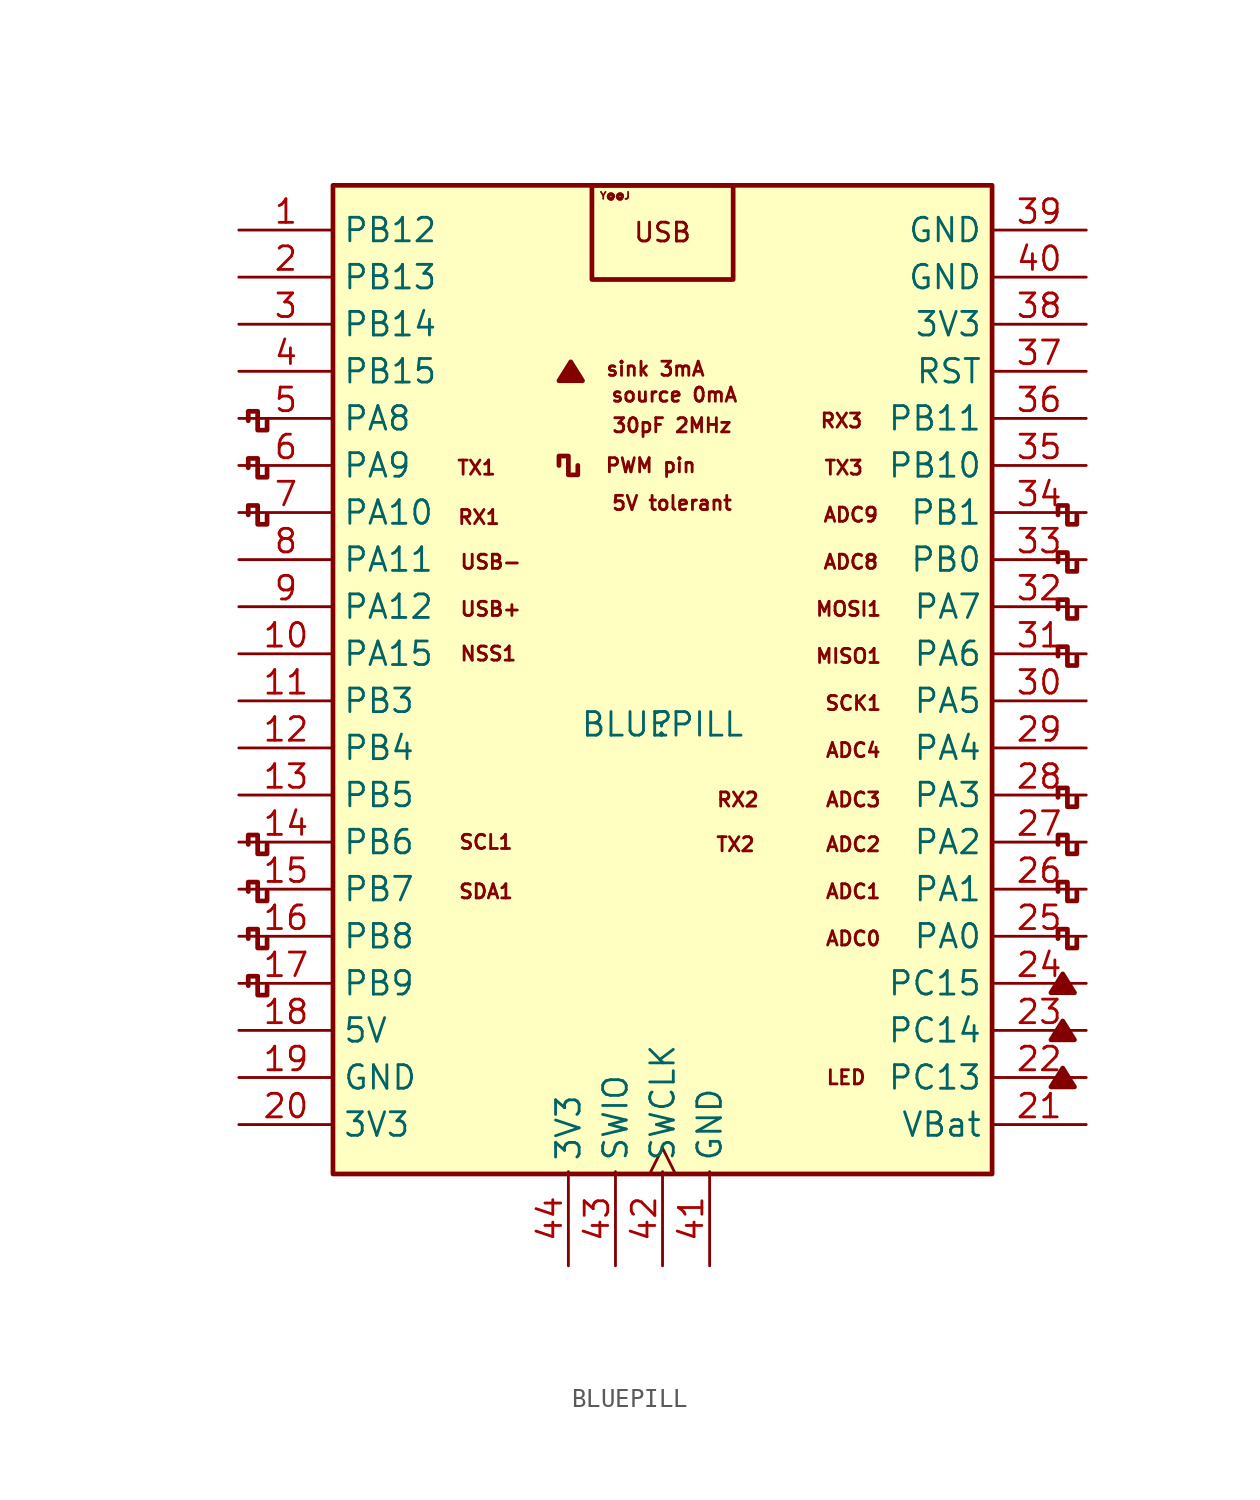
<source format=kicad_sym>
(kicad_symbol_lib
  (version 20220914)
  (generator kicad_symbol_editor)
  (symbol "BLUEPILL"
    (property "Reference" ""
      (at 0 0 0)
      (effects (font (size 1.27 1.27))))
    (property "Value" "BLUEPILL"
      (at 0 0 0)
      (effects (font (size 1.27 1.27))))
    (symbol "BLUEPILL_1_0"
      (arc (start -17.932 -16.6399) (mid -17.932 -16.638) (end -17.932 -16.6361) (stroke (width 0.254) (type solid)) (fill (type none)))
      (arc (start -17.932 -14.0999) (mid -17.932 -14.098) (end -17.932 -14.0961) (stroke (width 0.254) (type solid)) (fill (type none)))
      (arc (start -17.932 -11.5599) (mid -17.932 -11.558) (end -17.932 -11.5561) (stroke (width 0.254) (type solid)) (fill (type none)))
      (arc (start -17.932 -9.0199) (mid -17.932 -9.018) (end -17.932 -9.0161) (stroke (width 0.254) (type solid)) (fill (type none)))
      (arc (start -17.932 -6.4799) (mid -17.932 -6.478) (end -17.932 -6.4761) (stroke (width 0.254) (type solid)) (fill (type none)))
      (arc (start -17.932 -3.9399) (mid -17.932 -3.938) (end -17.932 -3.9361) (stroke (width 0.254) (type solid)) (fill (type none)))
      (arc (start -17.932 -1.3999) (mid -17.932 -1.398) (end -17.932 -1.3961) (stroke (width 0.254) (type solid)) (fill (type none)))
      (arc (start -17.932 1.1401) (mid -17.932 1.142) (end -17.932 1.1439) (stroke (width 0.254) (type solid)) (fill (type none)))
      (arc (start -17.932 3.6801) (mid -17.932 3.682) (end -17.932 3.6839) (stroke (width 0.254) (type solid)) (fill (type none)))
      (arc (start -17.932 6.2201) (mid -17.932 6.222) (end -17.932 6.2239) (stroke (width 0.254) (type solid)) (fill (type none)))
      (arc (start -17.932 8.7601) (mid -17.932 8.762) (end -17.932 8.7639) (stroke (width 0.254) (type solid)) (fill (type none)))
      (arc (start -17.932 11.3001) (mid -17.932 11.302) (end -17.932 11.3039) (stroke (width 0.254) (type solid)) (fill (type none)))
      (arc (start -17.932 13.8401) (mid -17.932 13.842) (end -17.932 13.8439) (stroke (width 0.254) (type solid)) (fill (type none)))
      (arc (start -17.932 16.3801) (mid -17.932 16.382) (end -17.932 16.3839) (stroke (width 0.254) (type solid)) (fill (type none)))
      (arc (start -17.932 18.9201) (mid -17.932 18.922) (end -17.932 18.9239) (stroke (width 0.254) (type solid)) (fill (type none)))
      (arc (start -17.932 21.4601) (mid -17.932 21.462) (end -17.932 21.4639) (stroke (width 0.254) (type solid)) (fill (type none)))
      (arc (start -17.932 24.0001) (mid -17.932 24.002) (end -17.932 24.0039) (stroke (width 0.254) (type solid)) (fill (type none)))
      (arc (start -17.932 26.5401) (mid -17.932 26.542) (end -17.932 26.5439) (stroke (width 0.254) (type solid)) (fill (type none)))
      (arc (start -4.826 11.9332) (mid -4.826 11.936) (end -4.826 11.9388) (stroke (width 0.254) (type solid)) (fill (type none)))
      (arc (start -4.699 11.9332) (mid -4.699 11.936) (end -4.699 11.9388) (stroke (width 0.254) (type solid)) (fill (type none)))
      (arc (start -4.597 11.9351) (mid -4.597 11.937) (end -4.597 11.9389) (stroke (width 0.254) (type solid)) (fill (type none)))
      (polyline (pts (xy -21.336 -14.096) (xy -21.336 -14.604) (xy -21.336 -14.604) (xy -21.844 -14.604) (xy -21.844 -14.604) (xy -21.844 -13.588) (xy -21.844 -13.588) (xy -22.352 -13.588) (xy -22.352 -13.588) (xy -22.352 -14.096)) (stroke (width 0.254) (type solid) (color 132 0 0 1)) (fill (type none)))
      (polyline (pts (xy -21.336 -11.556) (xy -21.336 -12.064) (xy -21.336 -12.064) (xy -21.844 -12.064) (xy -21.844 -12.064) (xy -21.844 -11.048) (xy -21.844 -11.048) (xy -22.352 -11.048) (xy -22.352 -11.048) (xy -22.352 -11.556)) (stroke (width 0.254) (type solid) (color 132 0 0 1)) (fill (type none)))
      (polyline (pts (xy -21.336 -9.016) (xy -21.336 -9.524) (xy -21.336 -9.524) (xy -21.844 -9.524) (xy -21.844 -9.524) (xy -21.844 -8.508) (xy -21.844 -8.508) (xy -22.352 -8.508) (xy -22.352 -8.508) (xy -22.352 -9.016)) (stroke (width 0.254) (type solid) (color 132 0 0 1)) (fill (type none)))
      (polyline (pts (xy -21.336 -6.476) (xy -21.336 -6.984) (xy -21.336 -6.984) (xy -21.844 -6.984) (xy -21.844 -6.984) (xy -21.844 -5.968) (xy -21.844 -5.968) (xy -22.352 -5.968) (xy -22.352 -5.968) (xy -22.352 -6.476)) (stroke (width 0.254) (type solid) (color 132 0 0 1)) (fill (type none)))
      (polyline (pts (xy -21.336 11.304) (xy -21.336 10.796) (xy -21.336 10.796) (xy -21.844 10.796) (xy -21.844 10.796) (xy -21.844 11.812) (xy -21.844 11.812) (xy -22.352 11.812) (xy -22.352 11.812) (xy -22.352 11.304)) (stroke (width 0.254) (type solid) (color 132 0 0 1)) (fill (type none)))
      (polyline (pts (xy -21.336 13.844) (xy -21.336 13.336) (xy -21.336 13.336) (xy -21.844 13.336) (xy -21.844 13.336) (xy -21.844 14.352) (xy -21.844 14.352) (xy -22.352 14.352) (xy -22.352 14.352) (xy -22.352 13.844)) (stroke (width 0.254) (type solid) (color 132 0 0 1)) (fill (type none)))
      (polyline (pts (xy -21.336 16.384) (xy -21.336 15.876) (xy -21.336 15.876) (xy -21.844 15.876) (xy -21.844 15.876) (xy -21.844 16.892) (xy -21.844 16.892) (xy -22.352 16.892) (xy -22.352 16.892) (xy -22.352 16.384)) (stroke (width 0.254) (type solid) (color 132 0 0 1)) (fill (type none)))
      (polyline (pts (xy -4.572 13.971) (xy -4.572 13.463) (xy -4.572 13.463) (xy -5.08 13.463) (xy -5.08 13.463) (xy -5.08 14.479) (xy -5.08 14.479) (xy -5.588 14.479) (xy -5.588 14.479) (xy -5.588 13.971)) (stroke (width 0.254) (type solid) (color 132 0 0 1)) (fill (type none)))
      (polyline (pts (xy 22.352 -11.556) (xy 22.352 -12.064) (xy 22.352 -12.064) (xy 21.844 -12.064) (xy 21.844 -12.064) (xy 21.844 -11.048) (xy 21.844 -11.048) (xy 21.336 -11.048) (xy 21.336 -11.048) (xy 21.336 -11.556)) (stroke (width 0.254) (type solid) (color 132 0 0 1)) (fill (type none)))
      (polyline (pts (xy 22.352 -9.016) (xy 22.352 -9.524) (xy 22.352 -9.524) (xy 21.844 -9.524) (xy 21.844 -9.524) (xy 21.844 -8.508) (xy 21.844 -8.508) (xy 21.336 -8.508) (xy 21.336 -8.508) (xy 21.336 -9.016)) (stroke (width 0.254) (type solid) (color 132 0 0 1)) (fill (type none)))
      (polyline (pts (xy 22.352 -6.476) (xy 22.352 -6.984) (xy 22.352 -6.984) (xy 21.844 -6.984) (xy 21.844 -6.984) (xy 21.844 -5.968) (xy 21.844 -5.968) (xy 21.336 -5.968) (xy 21.336 -5.968) (xy 21.336 -6.476)) (stroke (width 0.254) (type solid) (color 132 0 0 1)) (fill (type none)))
      (polyline (pts (xy 22.352 -3.936) (xy 22.352 -4.444) (xy 22.352 -4.444) (xy 21.844 -4.444) (xy 21.844 -4.444) (xy 21.844 -3.428) (xy 21.844 -3.428) (xy 21.336 -3.428) (xy 21.336 -3.428) (xy 21.336 -3.936)) (stroke (width 0.254) (type solid) (color 132 0 0 1)) (fill (type none)))
      (polyline (pts (xy 22.352 3.684) (xy 22.352 3.176) (xy 22.352 3.176) (xy 21.844 3.176) (xy 21.844 3.176) (xy 21.844 4.192) (xy 21.844 4.192) (xy 21.336 4.192) (xy 21.336 4.192) (xy 21.336 3.684)) (stroke (width 0.254) (type solid) (color 132 0 0 1)) (fill (type none)))
      (polyline (pts (xy 22.352 6.224) (xy 22.352 5.716) (xy 22.352 5.716) (xy 21.844 5.716) (xy 21.844 5.716) (xy 21.844 6.732) (xy 21.844 6.732) (xy 21.336 6.732) (xy 21.336 6.732) (xy 21.336 6.224)) (stroke (width 0.254) (type solid) (color 132 0 0 1)) (fill (type none)))
      (polyline (pts (xy 22.352 8.764) (xy 22.352 8.256) (xy 22.352 8.256) (xy 21.844 8.256) (xy 21.844 8.256) (xy 21.844 9.272) (xy 21.844 9.272) (xy 21.336 9.272) (xy 21.336 9.272) (xy 21.336 8.764)) (stroke (width 0.254) (type solid) (color 132 0 0 1)) (fill (type none)))
      (polyline (pts (xy 22.352 11.304) (xy 22.352 10.796) (xy 22.352 10.796) (xy 21.844 10.796) (xy 21.844 10.796) (xy 21.844 11.812) (xy 21.844 11.812) (xy 21.336 11.812) (xy 21.336 11.812) (xy 21.336 11.304)) (stroke (width 0.254) (type solid) (color 132 0 0 1)) (fill (type none)))
      (polyline (pts (xy -5.588 18.543) (xy -4.953 19.559) (xy -4.953 19.559) (xy -4.318 18.543) (xy -4.318 18.543) (xy -5.588 18.543) (xy -5.588 18.543) (xy -4.953 19.432) (xy -4.953 19.432) (xy -4.445 18.543) (xy -4.445 18.543) (xy -5.461 18.67) (xy -5.461 18.67) (xy -4.953 19.305) (xy -4.953 19.305) (xy -4.572 18.543) (xy -4.572 18.543) (xy -5.334 18.797) (xy -5.334 18.797) (xy -4.826 19.178) (xy -4.826 19.178) (xy -4.699 18.543) (xy -4.699 18.543) (xy -5.207 18.924) (xy -5.207 18.924) (xy -4.699 19.051) (xy -4.699 19.051) (xy -4.826 18.67) (xy -4.826 18.67) (xy -5.08 18.924) (xy -5.08 18.924) (xy -4.826 18.797) (xy -4.826 18.797) (xy -4.953 19.051)) (stroke (width 0.254) (type solid) (color 132 0 0 1)) (fill (type none)))
      (polyline (pts (xy 20.955 -19.557) (xy 21.59 -18.541) (xy 21.59 -18.541) (xy 22.225 -19.557) (xy 22.225 -19.557) (xy 20.955 -19.557) (xy 20.955 -19.557) (xy 21.59 -18.668) (xy 21.59 -18.668) (xy 22.098 -19.557) (xy 22.098 -19.557) (xy 21.082 -19.43) (xy 21.082 -19.43) (xy 21.59 -18.795) (xy 21.59 -18.795) (xy 21.971 -19.557) (xy 21.971 -19.557) (xy 21.209 -19.303) (xy 21.209 -19.303) (xy 21.717 -18.922) (xy 21.717 -18.922) (xy 21.844 -19.557) (xy 21.844 -19.557) (xy 21.336 -19.176) (xy 21.336 -19.176) (xy 21.844 -19.049) (xy 21.844 -19.049) (xy 21.717 -19.43) (xy 21.717 -19.43) (xy 21.463 -19.176) (xy 21.463 -19.176) (xy 21.717 -19.303) (xy 21.717 -19.303) (xy 21.59 -19.049)) (stroke (width 0.254) (type solid) (color 132 0 0 1)) (fill (type none)))
      (polyline (pts (xy 20.955 -17.017) (xy 21.59 -16.001) (xy 21.59 -16.001) (xy 22.225 -17.017) (xy 22.225 -17.017) (xy 20.955 -17.017) (xy 20.955 -17.017) (xy 21.59 -16.128) (xy 21.59 -16.128) (xy 22.098 -17.017) (xy 22.098 -17.017) (xy 21.082 -16.89) (xy 21.082 -16.89) (xy 21.59 -16.255) (xy 21.59 -16.255) (xy 21.971 -17.017) (xy 21.971 -17.017) (xy 21.209 -16.763) (xy 21.209 -16.763) (xy 21.717 -16.382) (xy 21.717 -16.382) (xy 21.844 -17.017) (xy 21.844 -17.017) (xy 21.336 -16.636) (xy 21.336 -16.636) (xy 21.844 -16.509) (xy 21.844 -16.509) (xy 21.717 -16.89) (xy 21.717 -16.89) (xy 21.463 -16.636) (xy 21.463 -16.636) (xy 21.717 -16.763) (xy 21.717 -16.763) (xy 21.59 -16.509)) (stroke (width 0.254) (type solid) (color 132 0 0 1)) (fill (type none)))
      (polyline (pts (xy 20.955 -14.477) (xy 21.59 -13.461) (xy 21.59 -13.461) (xy 22.225 -14.477) (xy 22.225 -14.477) (xy 20.955 -14.477) (xy 20.955 -14.477) (xy 21.59 -13.588) (xy 21.59 -13.588) (xy 22.098 -14.477) (xy 22.098 -14.477) (xy 21.082 -14.35) (xy 21.082 -14.35) (xy 21.59 -13.715) (xy 21.59 -13.715) (xy 21.971 -14.477) (xy 21.971 -14.477) (xy 21.209 -14.223) (xy 21.209 -14.223) (xy 21.717 -13.842) (xy 21.717 -13.842) (xy 21.844 -14.477) (xy 21.844 -14.477) (xy 21.336 -14.096) (xy 21.336 -14.096) (xy 21.844 -13.969) (xy 21.844 -13.969) (xy 21.717 -14.35) (xy 21.717 -14.35) (xy 21.463 -14.096) (xy 21.463 -14.096) (xy 21.717 -14.223) (xy 21.717 -14.223) (xy 21.59 -13.969)) (stroke (width 0.254) (type solid) (color 132 0 0 1)) (fill (type none)))
      (rectangle (start 3.81 29.084) (end -3.81 24.004) (stroke (width 0.254) (type solid)) (fill (type none)))
      (rectangle (start 17.78 29.084) (end -17.78 -24.256) (stroke (width 0.254) (type solid)) (fill (type background)))
      (arc (start 18.542 13.8382) (mid 18.542 13.841) (end 18.542 13.8438) (stroke (width 0.254) (type solid)) (fill (type none)))
      (arc (start 18.542 16.3782) (mid 18.542 16.381) (end 18.542 16.3838) (stroke (width 0.254) (type solid)) (fill (type none)))
      (arc (start 18.644 13.8401) (mid 18.644 13.842) (end 18.644 13.8439) (stroke (width 0.254) (type solid)) (fill (type none)))
      (arc (start 18.644 16.3801) (mid 18.644 16.382) (end 18.644 16.3839) (stroke (width 0.254) (type solid)) (fill (type none)))
      (text "30pF 2MHz" (at 0.508 16.13 0) (effects (font (size 0.762 0.762))))
      (text "5V tolerant" (at 0.508 11.939 0) (effects (font (size 0.762 0.762))))
      (text "ADC0" (at 10.287 -11.556 0) (effects (font (size 0.762 0.762))))
      (text "ADC1" (at 10.287 -9.016 0) (effects (font (size 0.762 0.762))))
      (text "ADC2" (at 10.287 -6.476 0) (effects (font (size 0.762 0.762))))
      (text "ADC3" (at 10.287 -4.063 0) (effects (font (size 0.762 0.762))))
      (text "ADC4" (at 10.287 -1.396 0) (effects (font (size 0.762 0.762))))
      (text "ADC8" (at 10.16 8.764 0) (effects (font (size 0.762 0.762))))
      (text "ADC9" (at 10.16 11.304 0) (effects (font (size 0.762 0.762))))
      (text "LED" (at 9.906 -19.049 0) (effects (font (size 0.762 0.762))))
      (text "MISO1" (at 10.033 3.684 0) (effects (font (size 0.762 0.762))))
      (text "MOSI1" (at 10.033 6.224 0) (effects (font (size 0.762 0.762))))
      (text "NSS1" (at -9.398 3.811 0) (effects (font (size 0.762 0.762))))
      (text "PWM pin" (at -0.635 13.971 0) (effects (font (size 0.762 0.762))))
      (text "RX1" (at -9.906 11.177 0) (effects (font (size 0.762 0.762))))
      (text "RX2" (at 4.064 -4.063 0) (effects (font (size 0.762 0.762))))
      (text "RX3" (at 9.652 16.384 0) (effects (font (size 0.762 0.762))))
      (text "SCK1" (at 10.287 1.144 0) (effects (font (size 0.762 0.762))))
      (text "SCL1" (at -9.525 -6.349 0) (effects (font (size 0.762 0.762))))
      (text "SDA1" (at -9.525 -9.016 0) (effects (font (size 0.762 0.762))))
      (text "sink 3mA" (at -0.381 19.178 0) (effects (font (size 0.762 0.762))))
      (text "source 0mA" (at 0.635 17.781 0) (effects (font (size 0.762 0.762))))
      (text "TX1" (at -10.033 13.844 0) (effects (font (size 0.762 0.762))))
      (text "TX2" (at 3.937 -6.476 0) (effects (font (size 0.762 0.762))))
      (text "TX3" (at 9.779 13.844 0) (effects (font (size 0.762 0.762))))
      (text "USB" (at 0 26.544 0) (effects (font (size 1.016 1.016))))
      (text "USB+" (at -9.271 6.224 0) (effects (font (size 0.762 0.762))))
      (text "USB-" (at -9.271 8.764 0) (effects (font (size 0.762 0.762))))
      (text "Y@@J" (at -2.565 28.525 0) (effects (font (size 0.381 0.381))))
      (pin passive line (at -22.86 26.67 0) (length 5.08) (name "PB12" (effects (font (size 1.27 1.27)))) (number "1" (effects (font (size 1.27 1.27)))))
      (pin passive line (at -22.86 3.81 0) (length 5.08) (name "PA15" (effects (font (size 1.27 1.27)))) (number "10" (effects (font (size 1.27 1.27)))))
      (pin passive line (at -22.86 1.27 0) (length 5.08) (name "PB3" (effects (font (size 1.27 1.27)))) (number "11" (effects (font (size 1.27 1.27)))))
      (pin passive line (at -22.86 -1.27 0) (length 5.08) (name "PB4" (effects (font (size 1.27 1.27)))) (number "12" (effects (font (size 1.27 1.27)))))
      (pin passive line (at -22.86 -3.81 0) (length 5.08) (name "PB5" (effects (font (size 1.27 1.27)))) (number "13" (effects (font (size 1.27 1.27)))))
      (pin passive line (at -22.86 -6.35 0) (length 5.08) (name "PB6" (effects (font (size 1.27 1.27)))) (number "14" (effects (font (size 1.27 1.27)))))
      (pin passive line (at -22.86 -8.89 0) (length 5.08) (name "PB7" (effects (font (size 1.27 1.27)))) (number "15" (effects (font (size 1.27 1.27)))))
      (pin passive line (at -22.86 -11.43 0) (length 5.08) (name "PB8" (effects (font (size 1.27 1.27)))) (number "16" (effects (font (size 1.27 1.27)))))
      (pin passive line (at -22.86 -13.97 0) (length 5.08) (name "PB9" (effects (font (size 1.27 1.27)))) (number "17" (effects (font (size 1.27 1.27)))))
      (pin passive line (at -22.86 -16.51 0) (length 5.08) (name "5V" (effects (font (size 1.27 1.27)))) (number "18" (effects (font (size 1.27 1.27)))))
      (pin passive line (at -22.86 -19.05 0) (length 5.08) (name "GND" (effects (font (size 1.27 1.27)))) (number "19" (effects (font (size 1.27 1.27)))))
      (pin passive line (at -22.86 24.13 0) (length 5.08) (name "PB13" (effects (font (size 1.27 1.27)))) (number "2" (effects (font (size 1.27 1.27)))))
      (pin passive line (at -22.86 -21.59 0) (length 5.08) (name "3V3" (effects (font (size 1.27 1.27)))) (number "20" (effects (font (size 1.27 1.27)))))
      (pin passive line (at 22.86 -21.59 180) (length 5.08) (name "VBat" (effects (font (size 1.27 1.27)))) (number "21" (effects (font (size 1.27 1.27)))))
      (pin passive line (at 22.86 -19.05 180) (length 5.08) (name "PC13" (effects (font (size 1.27 1.27)))) (number "22" (effects (font (size 1.27 1.27)))))
      (pin passive line (at 22.86 -16.51 180) (length 5.08) (name "PC14" (effects (font (size 1.27 1.27)))) (number "23" (effects (font (size 1.27 1.27)))))
      (pin passive line (at 22.86 -13.97 180) (length 5.08) (name "PC15" (effects (font (size 1.27 1.27)))) (number "24" (effects (font (size 1.27 1.27)))))
      (pin passive line (at 22.86 -11.43 180) (length 5.08) (name "PA0" (effects (font (size 1.27 1.27)))) (number "25" (effects (font (size 1.27 1.27)))))
      (pin passive line (at 22.86 -8.89 180) (length 5.08) (name "PA1" (effects (font (size 1.27 1.27)))) (number "26" (effects (font (size 1.27 1.27)))))
      (pin passive line (at 22.86 -6.35 180) (length 5.08) (name "PA2" (effects (font (size 1.27 1.27)))) (number "27" (effects (font (size 1.27 1.27)))))
      (pin passive line (at 22.86 -3.81 180) (length 5.08) (name "PA3" (effects (font (size 1.27 1.27)))) (number "28" (effects (font (size 1.27 1.27)))))
      (pin passive line (at 22.86 -1.27 180) (length 5.08) (name "PA4" (effects (font (size 1.27 1.27)))) (number "29" (effects (font (size 1.27 1.27)))))
      (pin passive line (at -22.86 21.59 0) (length 5.08) (name "PB14" (effects (font (size 1.27 1.27)))) (number "3" (effects (font (size 1.27 1.27)))))
      (pin passive line (at 22.86 1.27 180) (length 5.08) (name "PA5" (effects (font (size 1.27 1.27)))) (number "30" (effects (font (size 1.27 1.27)))))
      (pin passive line (at 22.86 3.81 180) (length 5.08) (name "PA6" (effects (font (size 1.27 1.27)))) (number "31" (effects (font (size 1.27 1.27)))))
      (pin passive line (at 22.86 6.35 180) (length 5.08) (name "PA7" (effects (font (size 1.27 1.27)))) (number "32" (effects (font (size 1.27 1.27)))))
      (pin passive line (at 22.86 8.89 180) (length 5.08) (name "PB0" (effects (font (size 1.27 1.27)))) (number "33" (effects (font (size 1.27 1.27)))))
      (pin passive line (at 22.86 11.43 180) (length 5.08) (name "PB1" (effects (font (size 1.27 1.27)))) (number "34" (effects (font (size 1.27 1.27)))))
      (pin passive line (at 22.86 13.97 180) (length 5.08) (name "PB10" (effects (font (size 1.27 1.27)))) (number "35" (effects (font (size 1.27 1.27)))))
      (pin passive line (at 22.86 16.51 180) (length 5.08) (name "PB11" (effects (font (size 1.27 1.27)))) (number "36" (effects (font (size 1.27 1.27)))))
      (pin passive line (at 22.86 19.05 180) (length 5.08) (name "RST" (effects (font (size 1.27 1.27)))) (number "37" (effects (font (size 1.27 1.27)))))
      (pin passive line (at 22.86 21.59 180) (length 5.08) (name "3V3" (effects (font (size 1.27 1.27)))) (number "38" (effects (font (size 1.27 1.27)))))
      (pin passive line (at 22.86 26.67 180) (length 5.08) (name "GND" (effects (font (size 1.27 1.27)))) (number "39" (effects (font (size 1.27 1.27)))))
      (pin passive line (at -22.86 19.05 0) (length 5.08) (name "PB15" (effects (font (size 1.27 1.27)))) (number "4" (effects (font (size 1.27 1.27)))))
      (pin passive line (at 22.86 24.13 180) (length 5.08) (name "GND" (effects (font (size 1.27 1.27)))) (number "40" (effects (font (size 1.27 1.27)))))
      (pin passive line (at 2.54 -29.21 90) (length 5.08) (name "GND" (effects (font (size 1.27 1.27)))) (number "41" (effects (font (size 1.27 1.27)))))
      (pin passive clock (at 0 -29.21 90) (length 5.08) (name "SWCLK" (effects (font (size 1.27 1.27)))) (number "42" (effects (font (size 1.27 1.27)))))
      (pin passive line (at -2.54 -29.21 90) (length 5.08) (name "SWIO" (effects (font (size 1.27 1.27)))) (number "43" (effects (font (size 1.27 1.27)))))
      (pin passive line (at -5.08 -29.21 90) (length 5.08) (name "3V3" (effects (font (size 1.27 1.27)))) (number "44" (effects (font (size 1.27 1.27)))))
      (pin passive line (at -22.86 16.51 0) (length 5.08) (name "PA8" (effects (font (size 1.27 1.27)))) (number "5" (effects (font (size 1.27 1.27)))))
      (pin passive line (at -22.86 13.97 0) (length 5.08) (name "PA9" (effects (font (size 1.27 1.27)))) (number "6" (effects (font (size 1.27 1.27)))))
      (pin passive line (at -22.86 11.43 0) (length 5.08) (name "PA10" (effects (font (size 1.27 1.27)))) (number "7" (effects (font (size 1.27 1.27)))))
      (pin passive line (at -22.86 8.89 0) (length 5.08) (name "PA11" (effects (font (size 1.27 1.27)))) (number "8" (effects (font (size 1.27 1.27)))))
      (pin passive line (at -22.86 6.35 0) (length 5.08) (name "PA12" (effects (font (size 1.27 1.27)))) (number "9" (effects (font (size 1.27 1.27))))))))
</source>
